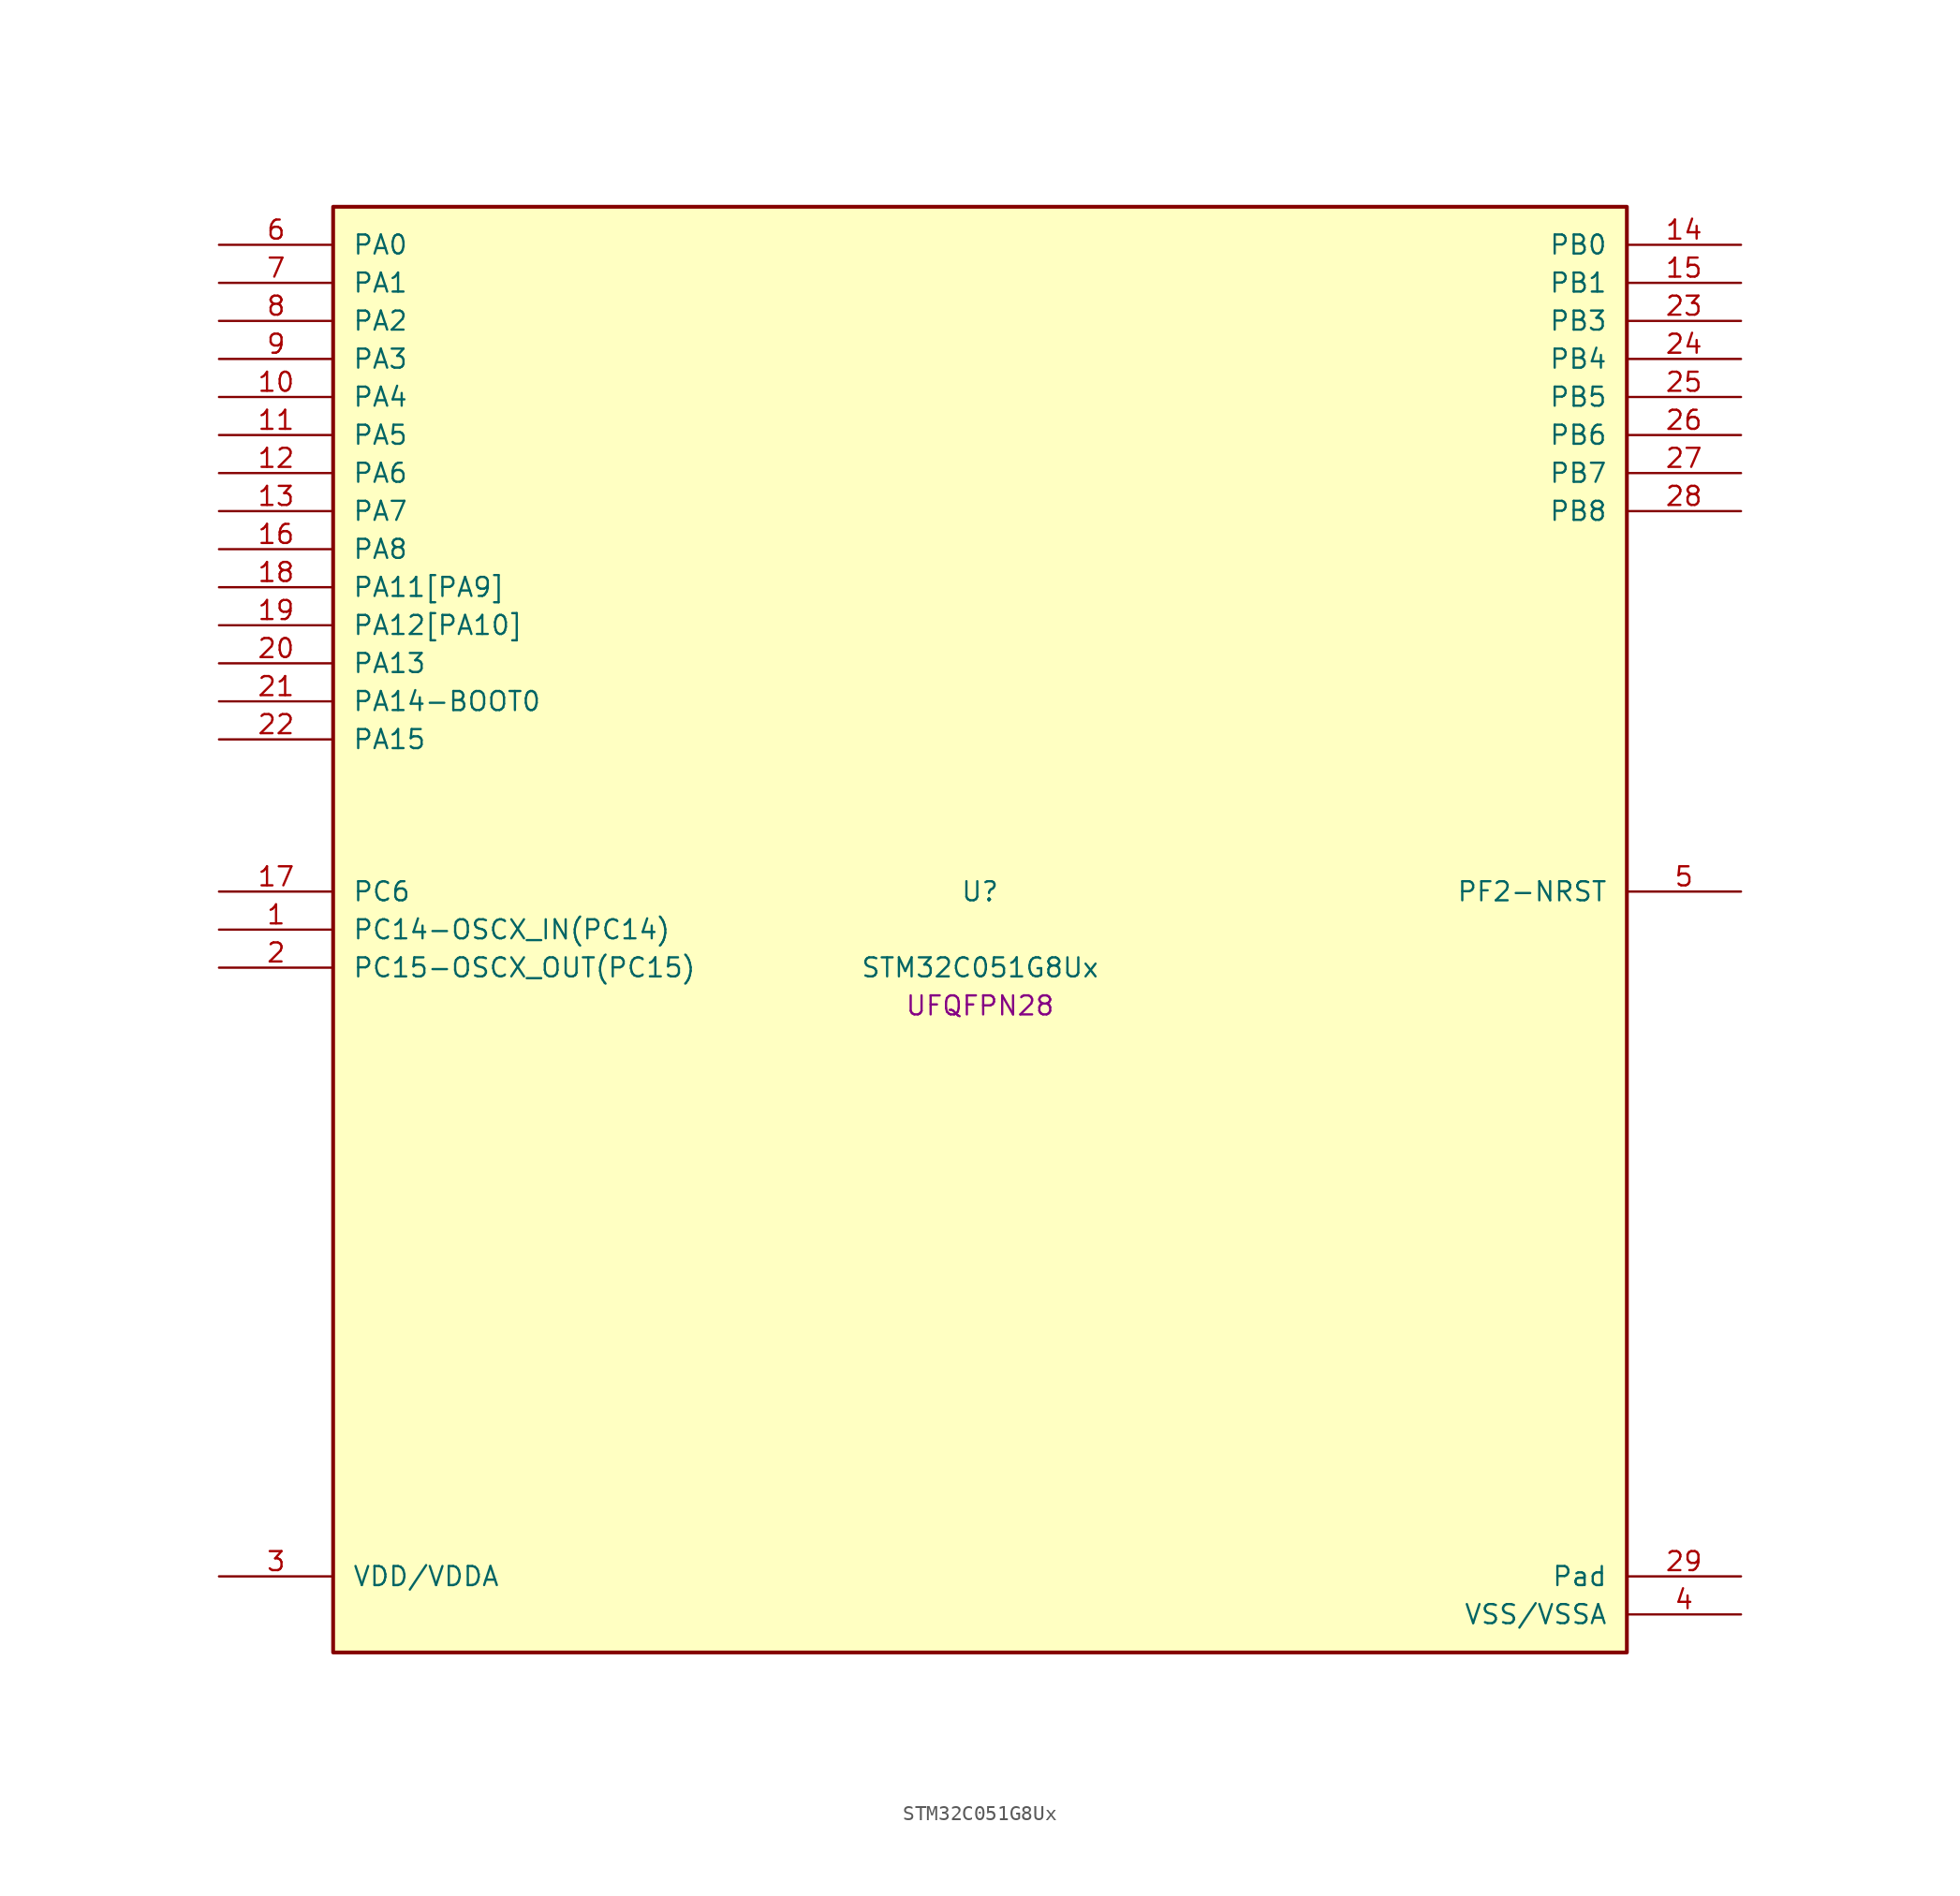
<source format=kicad_sym>
(kicad_symbol_lib
  (version 20241209)
  (generator "stm32_pkl_generator")
  (generator_version "1.0")
  (symbol "STM32C051G8Ux"
    (pin_names
      (offset 1.27))
    (property "Reference" "U"
      (at 0 2.54 0))
    (property "Value" "STM32C051G8Ux"
      (at 0 -2.54 0))
    (property "Footprint" "UFQFPN28"
      (at 0 -5.08 0))
    (symbol "STM32C051G8Ux_1_1"
      (rectangle (start -43.18 48.26) (end 43.18 -48.26) (stroke (width 0.254) (type solid)) (fill (type background)))
      (pin bidirectional line (at -50.8 45.72 0) (length 7.62) (name "PA0") (number "6") (alternate "PA0/ADC1_IN0" bidirectional line) (alternate "PA0/PWR_WKUP1" bidirectional line) (alternate "PA0/SPI2_SCK" bidirectional line) (alternate "PA0/TIM16_CH1" bidirectional line) (alternate "PA0/TIM1_CH1" bidirectional line) (alternate "PA0/TIM2_CH1" bidirectional line) (alternate "PA0/TIM2_ETR" bidirectional line) (alternate "PA0/USART1_TX" bidirectional line) (alternate "PA0/USART2_CTS" bidirectional line) (alternate "PA0/USART2_NSS" bidirectional line))
      (pin bidirectional line (at -50.8 43.18 0) (length 7.62) (name "PA1") (number "7") (alternate "PA1/ADC1_IN1" bidirectional line) (alternate "PA1/I2C1_SMBA" bidirectional line) (alternate "PA1/I2S1_CK" bidirectional line) (alternate "PA1/SPI1_SCK" bidirectional line) (alternate "PA1/TIM17_CH1" bidirectional line) (alternate "PA1/TIM1_CH2" bidirectional line) (alternate "PA1/TIM2_CH2" bidirectional line) (alternate "PA1/USART1_RX" bidirectional line) (alternate "PA1/USART2_CK" bidirectional line) (alternate "PA1/USART2_DE" bidirectional line) (alternate "PA1/USART2_RTS" bidirectional line))
      (pin bidirectional line (at -50.8 40.64 0) (length 7.62) (name "PA2") (number "8") (alternate "PA2/ADC1_IN2" bidirectional line) (alternate "PA2/I2S1_SD" bidirectional line) (alternate "PA2/PWR_WKUP4" bidirectional line) (alternate "PA2/RCC_LSCO" bidirectional line) (alternate "PA2/SPI1_MOSI" bidirectional line) (alternate "PA2/TIM16_CH1N" bidirectional line) (alternate "PA2/TIM1_CH3" bidirectional line) (alternate "PA2/TIM2_CH3" bidirectional line) (alternate "PA2/TIM3_ETR" bidirectional line) (alternate "PA2/USART2_TX" bidirectional line))
      (pin bidirectional line (at -50.8 38.1 0) (length 7.62) (name "PA3") (number "9") (alternate "PA3/ADC1_IN3" bidirectional line) (alternate "PA3/SPI2_MISO" bidirectional line) (alternate "PA3/TIM1_CH1N" bidirectional line) (alternate "PA3/TIM1_CH4" bidirectional line) (alternate "PA3/TIM2_CH4" bidirectional line) (alternate "PA3/USART2_RX" bidirectional line))
      (pin bidirectional line (at -50.8 35.56 0) (length 7.62) (name "PA4") (number "10") (alternate "PA4/ADC1_IN4" bidirectional line) (alternate "PA4/I2S1_WS" bidirectional line) (alternate "PA4/PWR_WKUP2" bidirectional line) (alternate "PA4/RTC_OUT1" bidirectional line) (alternate "PA4/RTC_TS" bidirectional line) (alternate "PA4/SPI1_NSS" bidirectional line) (alternate "PA4/SPI2_MOSI" bidirectional line) (alternate "PA4/TIM14_CH1" bidirectional line) (alternate "PA4/TIM17_CH1N" bidirectional line) (alternate "PA4/TIM1_CH2N" bidirectional line) (alternate "PA4/USART2_TX" bidirectional line))
      (pin bidirectional line (at -50.8 33.02 0) (length 7.62) (name "PA5") (number "11") (alternate "PA5/ADC1_IN5" bidirectional line) (alternate "PA5/I2S1_CK" bidirectional line) (alternate "PA5/SPI1_SCK" bidirectional line) (alternate "PA5/TIM1_CH1" bidirectional line) (alternate "PA5/TIM1_CH3N" bidirectional line) (alternate "PA5/TIM2_CH1" bidirectional line) (alternate "PA5/TIM2_ETR" bidirectional line) (alternate "PA5/USART2_RX" bidirectional line))
      (pin bidirectional line (at -50.8 30.48 0) (length 7.62) (name "PA6") (number "12") (alternate "PA6/ADC1_IN6" bidirectional line) (alternate "PA6/I2C2_SDA" bidirectional line) (alternate "PA6/I2S1_MCK" bidirectional line) (alternate "PA6/SPI1_MISO" bidirectional line) (alternate "PA6/TIM16_CH1" bidirectional line) (alternate "PA6/TIM1_BKIN" bidirectional line) (alternate "PA6/TIM3_CH1" bidirectional line) (alternate "PA6/USART1_TX" bidirectional line))
      (pin bidirectional line (at -50.8 27.94 0) (length 7.62) (name "PA7") (number "13") (alternate "PA7/ADC1_IN7" bidirectional line) (alternate "PA7/I2C2_SCL" bidirectional line) (alternate "PA7/I2S1_SD" bidirectional line) (alternate "PA7/SPI1_MOSI" bidirectional line) (alternate "PA7/TIM14_CH1" bidirectional line) (alternate "PA7/TIM17_CH1" bidirectional line) (alternate "PA7/TIM1_CH1N" bidirectional line) (alternate "PA7/TIM3_CH2" bidirectional line) (alternate "PA7/USART1_RX" bidirectional line))
      (pin bidirectional line (at -50.8 25.4 0) (length 7.62) (name "PA8") (number "16") (alternate "PA8/ADC1_IN8" bidirectional line) (alternate "PA8/I2S1_WS" bidirectional line) (alternate "PA8/RCC_MCO" bidirectional line) (alternate "PA8/RCC_MCO_2" bidirectional line) (alternate "PA8/SPI1_NSS" bidirectional line) (alternate "PA8/SPI2_MISO" bidirectional line) (alternate "PA8/SPI2_NSS" bidirectional line) (alternate "PA8/TIM14_CH1" bidirectional line) (alternate "PA8/TIM1_CH1" bidirectional line) (alternate "PA8/TIM1_CH2N" bidirectional line) (alternate "PA8/TIM1_CH3N" bidirectional line) (alternate "PA8/TIM3_CH3" bidirectional line) (alternate "PA8/TIM3_CH4" bidirectional line) (alternate "PA8/USART1_RX" bidirectional line) (alternate "PA8/USART2_TX" bidirectional line))
      (pin bidirectional line (at -50.8 22.86 0) (length 7.62) (name "PA11[PA9]") (number "18") (alternate "PA11[PA9]/ADC1_EXTI11" bidirectional line) (alternate "PA11[PA9]/ADC1_IN11" bidirectional line) (alternate "PA11[PA9]/I2C2_SCL" bidirectional line) (alternate "PA11[PA9]/I2S1_MCK" bidirectional line) (alternate "PA11[PA9]/SPI1_MISO" bidirectional line) (alternate "PA11[PA9]/TIM1_BKIN2" bidirectional line) (alternate "PA11[PA9]/TIM1_CH4" bidirectional line) (alternate "PA11[PA9]/USART1_CTS" bidirectional line) (alternate "PA11[PA9]/USART1_NSS" bidirectional line) (alternate "PA11[PA9]/PA9[PA11]" bidirectional line) (alternate "PA11[PA9]/I2C1_SCL" bidirectional line) (alternate "PA11[PA9]/RCC_MCO" bidirectional line) (alternate "PA11[PA9]/SPI2_MISO" bidirectional line) (alternate "PA11[PA9]/TIM1_CH2" bidirectional line) (alternate "PA11[PA9]/TIM3_ETR" bidirectional line) (alternate "PA11[PA9]/USART1_TX" bidirectional line))
      (pin bidirectional line (at -50.8 20.32 0) (length 7.62) (name "PA12[PA10]") (number "19") (alternate "PA12[PA10]/ADC1_IN12" bidirectional line) (alternate "PA12[PA10]/I2C2_SDA" bidirectional line) (alternate "PA12[PA10]/I2S1_SD" bidirectional line) (alternate "PA12[PA10]/I2S_CKIN" bidirectional line) (alternate "PA12[PA10]/SPI1_MOSI" bidirectional line) (alternate "PA12[PA10]/TIM1_ETR" bidirectional line) (alternate "PA12[PA10]/USART1_CK" bidirectional line) (alternate "PA12[PA10]/USART1_DE" bidirectional line) (alternate "PA12[PA10]/USART1_RTS" bidirectional line) (alternate "PA12[PA10]/PA10[PA12]" bidirectional line) (alternate "PA12[PA10]/I2C1_SDA" bidirectional line) (alternate "PA12[PA10]/RCC_MCO_2" bidirectional line) (alternate "PA12[PA10]/SPI2_MOSI" bidirectional line) (alternate "PA12[PA10]/TIM17_BKIN" bidirectional line) (alternate "PA12[PA10]/TIM1_CH3" bidirectional line) (alternate "PA12[PA10]/USART1_RX" bidirectional line))
      (pin bidirectional line (at -50.8 17.78 0) (length 7.62) (name "PA13") (number "20") (alternate "PA13/ADC1_IN13" bidirectional line) (alternate "PA13/DEBUG_SWDIO" bidirectional line) (alternate "PA13/IR_OUT" bidirectional line) (alternate "PA13/TIM3_ETR" bidirectional line) (alternate "PA13/USART2_RX" bidirectional line))
      (pin bidirectional line (at -50.8 15.24 0) (length 7.62) (name "PA14-BOOT0") (number "21") (alternate "PA14-BOOT0/ADC1_IN14" bidirectional line) (alternate "PA14-BOOT0/BOOT0" bidirectional line) (alternate "PA14-BOOT0/DEBUG_SWCLK" bidirectional line) (alternate "PA14-BOOT0/I2S1_WS" bidirectional line) (alternate "PA14-BOOT0/RCC_MCO_2" bidirectional line) (alternate "PA14-BOOT0/SPI1_NSS" bidirectional line) (alternate "PA14-BOOT0/TIM1_CH1" bidirectional line) (alternate "PA14-BOOT0/USART1_CK" bidirectional line) (alternate "PA14-BOOT0/USART1_DE" bidirectional line) (alternate "PA14-BOOT0/USART1_RTS" bidirectional line) (alternate "PA14-BOOT0/USART2_RX" bidirectional line) (alternate "PA14-BOOT0/USART2_TX" bidirectional line))
      (pin bidirectional line (at -50.8 12.7 0) (length 7.62) (name "PA15") (number "22") (alternate "PA15/I2S1_WS" bidirectional line) (alternate "PA15/RCC_MCO_2" bidirectional line) (alternate "PA15/SPI1_NSS" bidirectional line) (alternate "PA15/TIM1_CH1" bidirectional line) (alternate "PA15/TIM2_CH1" bidirectional line) (alternate "PA15/TIM2_ETR" bidirectional line) (alternate "PA15/USART1_CK" bidirectional line) (alternate "PA15/USART1_DE" bidirectional line) (alternate "PA15/USART1_RTS" bidirectional line) (alternate "PA15/USART2_RX" bidirectional line))
      (pin bidirectional line (at 50.8 45.72 180) (length 7.62) (name "PB0") (number "14") (alternate "PB0/ADC1_IN17" bidirectional line) (alternate "PB0/I2S1_WS" bidirectional line) (alternate "PB0/SPI1_NSS" bidirectional line) (alternate "PB0/TIM1_CH2N" bidirectional line) (alternate "PB0/TIM3_CH3" bidirectional line))
      (pin bidirectional line (at 50.8 43.18 180) (length 7.62) (name "PB1") (number "15") (alternate "PB1/ADC1_IN18" bidirectional line) (alternate "PB1/TIM14_CH1" bidirectional line) (alternate "PB1/TIM1_CH2N" bidirectional line) (alternate "PB1/TIM1_CH3N" bidirectional line) (alternate "PB1/TIM3_CH4" bidirectional line))
      (pin bidirectional line (at 50.8 40.64 180) (length 7.62) (name "PB3") (number "23") (alternate "PB3/I2C2_SCL" bidirectional line) (alternate "PB3/I2S1_CK" bidirectional line) (alternate "PB3/SPI1_SCK" bidirectional line) (alternate "PB3/TIM1_CH2" bidirectional line) (alternate "PB3/TIM2_CH2" bidirectional line) (alternate "PB3/TIM3_CH2" bidirectional line) (alternate "PB3/USART1_CK" bidirectional line) (alternate "PB3/USART1_DE" bidirectional line) (alternate "PB3/USART1_RTS" bidirectional line))
      (pin bidirectional line (at 50.8 38.1 180) (length 7.62) (name "PB4") (number "24") (alternate "PB4/I2C2_SDA" bidirectional line) (alternate "PB4/I2S1_MCK" bidirectional line) (alternate "PB4/SPI1_MISO" bidirectional line) (alternate "PB4/TIM17_BKIN" bidirectional line) (alternate "PB4/TIM3_CH1" bidirectional line) (alternate "PB4/USART1_CTS" bidirectional line) (alternate "PB4/USART1_NSS" bidirectional line))
      (pin bidirectional line (at 50.8 35.56 180) (length 7.62) (name "PB5") (number "25") (alternate "PB5/I2C1_SMBA" bidirectional line) (alternate "PB5/I2S1_SD" bidirectional line) (alternate "PB5/PWR_WKUP6" bidirectional line) (alternate "PB5/SPI1_MOSI" bidirectional line) (alternate "PB5/TIM16_BKIN" bidirectional line) (alternate "PB5/TIM3_CH2" bidirectional line) (alternate "PB5/TIM3_CH3" bidirectional line))
      (pin bidirectional line (at 50.8 33.02 180) (length 7.62) (name "PB6") (number "26") (alternate "PB6/I2C1_SCL" bidirectional line) (alternate "PB6/I2C1_SMBA" bidirectional line) (alternate "PB6/I2S1_CK" bidirectional line) (alternate "PB6/I2S1_MCK" bidirectional line) (alternate "PB6/I2S1_SD" bidirectional line) (alternate "PB6/PWR_WKUP3" bidirectional line) (alternate "PB6/SPI1_MISO" bidirectional line) (alternate "PB6/SPI1_MOSI" bidirectional line) (alternate "PB6/SPI1_SCK" bidirectional line) (alternate "PB6/SPI2_MISO" bidirectional line) (alternate "PB6/TIM16_BKIN" bidirectional line) (alternate "PB6/TIM16_CH1N" bidirectional line) (alternate "PB6/TIM17_BKIN" bidirectional line) (alternate "PB6/TIM1_CH2" bidirectional line) (alternate "PB6/TIM1_CH3" bidirectional line) (alternate "PB6/TIM3_CH1" bidirectional line) (alternate "PB6/TIM3_CH2" bidirectional line) (alternate "PB6/TIM3_CH3" bidirectional line) (alternate "PB6/USART1_CTS" bidirectional line) (alternate "PB6/USART1_NSS" bidirectional line) (alternate "PB6/USART1_TX" bidirectional line))
      (pin bidirectional line (at 50.8 30.48 180) (length 7.62) (name "PB7") (number "27") (alternate "PB7/I2C1_SCL" bidirectional line) (alternate "PB7/I2C1_SDA" bidirectional line) (alternate "PB7/RTC_REFIN" bidirectional line) (alternate "PB7/SPI2_MOSI" bidirectional line) (alternate "PB7/TIM16_CH1" bidirectional line) (alternate "PB7/TIM17_CH1N" bidirectional line) (alternate "PB7/TIM1_CH1" bidirectional line) (alternate "PB7/TIM1_CH4" bidirectional line) (alternate "PB7/TIM3_CH1" bidirectional line) (alternate "PB7/TIM3_CH4" bidirectional line) (alternate "PB7/USART1_RX" bidirectional line) (alternate "PB7/USART2_CTS" bidirectional line) (alternate "PB7/USART2_NSS" bidirectional line))
      (pin bidirectional line (at 50.8 27.94 180) (length 7.62) (name "PB8") (number "28") (alternate "PB8/I2C1_SCL" bidirectional line) (alternate "PB8/SPI2_SCK" bidirectional line) (alternate "PB8/TIM16_CH1" bidirectional line) (alternate "PB8/TIM3_CH1" bidirectional line) (alternate "PB8/USART2_CTS" bidirectional line) (alternate "PB8/USART2_NSS" bidirectional line))
      (pin bidirectional line (at -50.8 2.54 0) (length 7.62) (name "PC6") (number "17") (alternate "PC6/TIM2_CH3" bidirectional line) (alternate "PC6/TIM3_CH1" bidirectional line))
      (pin bidirectional line (at -50.8 0 0) (length 7.62) (name "PC14-OSCX_IN(PC14)") (number "1") (alternate "PC14-OSCX_IN(PC14)/I2C1_SDA" bidirectional line) (alternate "PC14-OSCX_IN(PC14)/IR_OUT" bidirectional line) (alternate "PC14-OSCX_IN(PC14)/RCC_OSCX_IN" bidirectional line) (alternate "PC14-OSCX_IN(PC14)/SPI2_NSS" bidirectional line) (alternate "PC14-OSCX_IN(PC14)/TIM17_CH1" bidirectional line) (alternate "PC14-OSCX_IN(PC14)/TIM1_BKIN2" bidirectional line) (alternate "PC14-OSCX_IN(PC14)/TIM1_ETR" bidirectional line) (alternate "PC14-OSCX_IN(PC14)/TIM3_CH2" bidirectional line) (alternate "PC14-OSCX_IN(PC14)/USART1_RX" bidirectional line) (alternate "PC14-OSCX_IN(PC14)/USART1_TX" bidirectional line) (alternate "PC14-OSCX_IN(PC14)/USART2_CK" bidirectional line) (alternate "PC14-OSCX_IN(PC14)/USART2_DE" bidirectional line) (alternate "PC14-OSCX_IN(PC14)/USART2_RTS" bidirectional line))
      (pin bidirectional line (at -50.8 -2.54 0) (length 7.62) (name "PC15-OSCX_OUT(PC15)") (number "2") (alternate "PC15-OSCX_OUT(PC15)/RCC_OSC32_EN" bidirectional line) (alternate "PC15-OSCX_OUT(PC15)/RCC_OSCX_OUT" bidirectional line) (alternate "PC15-OSCX_OUT(PC15)/RCC_OSC_EN" bidirectional line) (alternate "PC15-OSCX_OUT(PC15)/TIM1_CH2" bidirectional line) (alternate "PC15-OSCX_OUT(PC15)/TIM1_ETR" bidirectional line) (alternate "PC15-OSCX_OUT(PC15)/TIM3_CH3" bidirectional line))
      (pin bidirectional line (at 50.8 2.54 180) (length 7.62) (name "PF2-NRST") (number "5") (alternate "PF2-NRST/RCC_MCO" bidirectional line) (alternate "PF2-NRST/TIM1_CH4" bidirectional line))
      (pin power_in line (at -50.8 -43.18 0) (length 7.62) (name "VDD/VDDA") (number "3"))
      (pin passive line (at 50.8 -43.18 180) (length 7.62) (name "Pad") (number "29"))
      (pin power_in line (at 50.8 -45.72 180) (length 7.62) (name "VSS/VSSA") (number "4")))))
</source>
